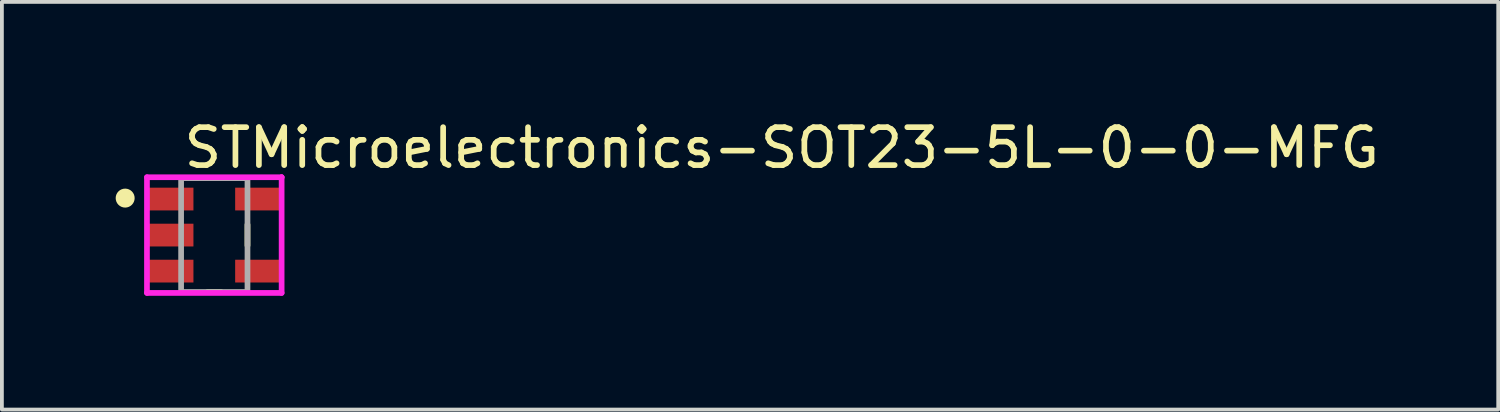
<source format=kicad_pcb>
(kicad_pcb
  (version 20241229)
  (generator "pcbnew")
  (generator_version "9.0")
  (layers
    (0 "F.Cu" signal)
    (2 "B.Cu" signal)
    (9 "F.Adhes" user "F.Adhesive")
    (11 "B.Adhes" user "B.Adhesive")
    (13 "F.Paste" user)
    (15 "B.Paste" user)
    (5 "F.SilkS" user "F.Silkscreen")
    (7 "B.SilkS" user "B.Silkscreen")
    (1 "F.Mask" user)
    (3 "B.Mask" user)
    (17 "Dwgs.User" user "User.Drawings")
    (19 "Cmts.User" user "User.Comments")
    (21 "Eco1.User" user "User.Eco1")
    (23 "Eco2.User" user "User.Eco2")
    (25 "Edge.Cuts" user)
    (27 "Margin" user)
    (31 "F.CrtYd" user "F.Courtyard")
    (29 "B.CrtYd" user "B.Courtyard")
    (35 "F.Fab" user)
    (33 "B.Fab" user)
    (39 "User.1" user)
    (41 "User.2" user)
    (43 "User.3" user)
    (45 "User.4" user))
  (footprint "STMicroelectronics-SOT23-5L-0-0-MFG"
    (layer "F.Cu")
    (at 2.6 3.148)
    (property "Reference" "STMicroelectronics-SOT23-5L-0-0-MFG" (at -0.875 -2.3 0) (layer "F.SilkS") (effects (font (size 1 1) (thickness 0.15)) (justify left)))
    (attr through_hole)
    (fp_line (start -0.175 -1.5) (end 0.175 -1.5) (stroke (width 0.15) (type solid)) (layer "F.SilkS"))
    (fp_line (start -0.175 1.5) (end 0.175 1.5) (stroke (width 0.15) (type solid)) (layer "F.SilkS"))
    (fp_line (start 0.875 0.275) (end 0.875 -0.275) (stroke (width 0.15) (type solid)) (layer "F.SilkS"))
    (fp_circle (center -2.35 -0.975) (end -2.225 -0.975) (stroke (width 0.25) (type solid)) (fill no) (layer "F.SilkS"))
    (fp_line (start -1.775 -1.525) (end -1.775 1.525) (stroke (width 0.15) (type solid)) (layer "F.CrtYd"))
    (fp_line (start -1.775 1.525) (end 1.775 1.525) (stroke (width 0.15) (type solid)) (layer "F.CrtYd"))
    (fp_line (start 1.775 -1.525) (end -1.775 -1.525) (stroke (width 0.15) (type solid)) (layer "F.CrtYd"))
    (fp_line (start 1.775 -1.525) (end 1.775 -1.525) (stroke (width 0.15) (type solid)) (layer "F.CrtYd"))
    (fp_line (start 1.775 1.525) (end 1.775 -1.525) (stroke (width 0.15) (type solid)) (layer "F.CrtYd"))
    (fp_line (start -0.875 -1.5) (end 0.875 -1.5) (stroke (width 0.15) (type solid)) (layer "F.Fab"))
    (fp_line (start -0.875 1.5) (end -0.875 -1.5) (stroke (width 0.15) (type solid)) (layer "F.Fab"))
    (fp_line (start 0.875 -1.5) (end 0.875 1.5) (stroke (width 0.15) (type solid)) (layer "F.Fab"))
    (fp_line (start 0.875 1.5) (end -0.875 1.5) (stroke (width 0.15) (type solid)) (layer "F.Fab"))
    (pad "1" smd rect (at -1.15 -0.95) (size 1.2 0.6) (layers "F.Cu" "F.Mask" "F.Paste"))
    (pad "2" smd rect (at -1.15 0) (size 1.2 0.6) (layers "F.Cu" "F.Mask" "F.Paste"))
    (pad "3" smd rect (at -1.15 0.95) (size 1.2 0.6) (layers "F.Cu" "F.Mask" "F.Paste"))
    (pad "4" smd rect (at 1.15 0.95) (size 1.2 0.6) (layers "F.Cu" "F.Mask" "F.Paste"))
    (pad "5" smd rect (at 1.15 -0.95) (size 1.2 0.6) (layers "F.Cu" "F.Mask" "F.Paste")))
  (gr_rect
    (start -3 -3)
    (end 36.451 7.748)
    (stroke (width 0.1) (type default))
    (fill no)
    (layer "Edge.Cuts")))
</source>
